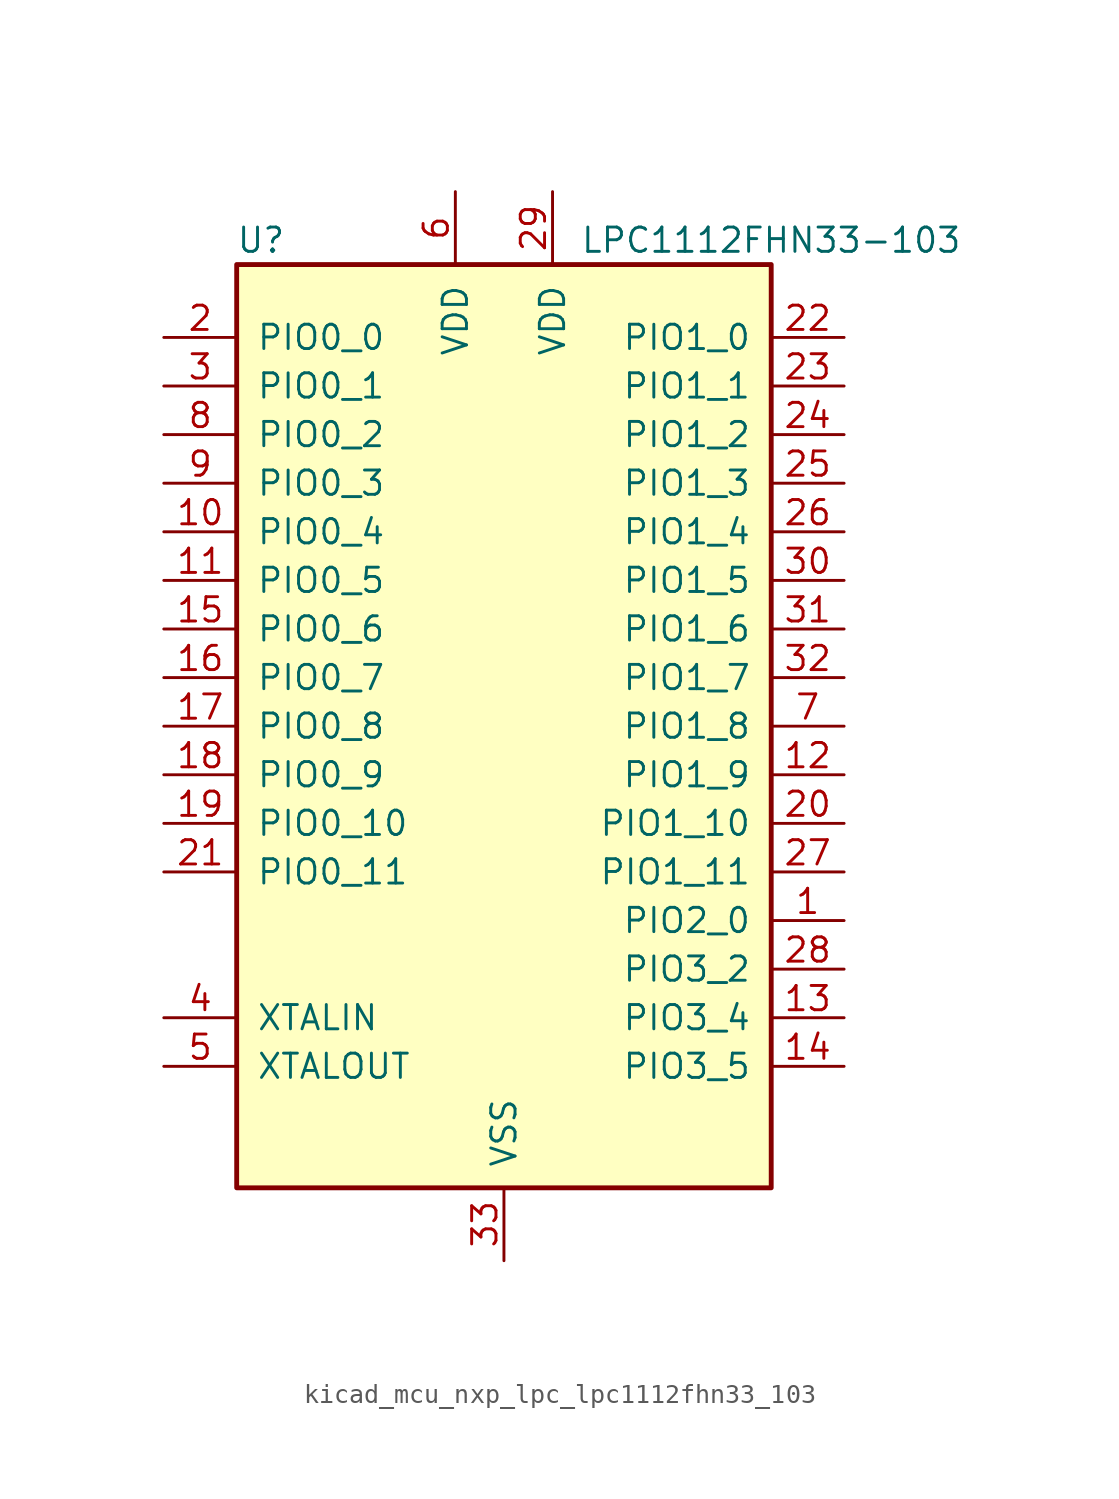
<source format=kicad_sym>
(kicad_symbol_lib
  (version 20220914)
  (generator kicad_symbol_editor)
  (symbol "kicad_mcu_nxp_lpc_lpc1112fhn33_103"
    (pin_names
      (offset 1.016))
    (property "Reference" "U"
      (at -12.7 25.4 0)
      (effects (font (size 1.27 1.27))))
    (property "Value" "LPC1112FHN33-103"
      (at 13.97 25.4 0)
      (effects (font (size 1.27 1.27))))
    (symbol "kicad_mcu_nxp_lpc_lpc1112fhn33_103_0_1"
      (rectangle (start -13.97 24.13) (end 13.97 -24.13) (stroke (width 0.254) (type default)) (fill (type background))))
    (symbol "kicad_mcu_nxp_lpc_lpc1112fhn33_103_1_1"
      (pin bidirectional line (at 17.78 -10.16 180) (length 3.81) (name "PIO2_0" (effects (font (size 1.27 1.27)))) (number "1" (effects (font (size 1.27 1.27)))))
      (pin bidirectional line (at -17.78 10.16 0) (length 3.81) (name "PIO0_4" (effects (font (size 1.27 1.27)))) (number "10" (effects (font (size 1.27 1.27)))))
      (pin bidirectional line (at -17.78 7.62 0) (length 3.81) (name "PIO0_5" (effects (font (size 1.27 1.27)))) (number "11" (effects (font (size 1.27 1.27)))))
      (pin bidirectional line (at 17.78 -2.54 180) (length 3.81) (name "PIO1_9" (effects (font (size 1.27 1.27)))) (number "12" (effects (font (size 1.27 1.27)))))
      (pin bidirectional line (at 17.78 -15.24 180) (length 3.81) (name "PIO3_4" (effects (font (size 1.27 1.27)))) (number "13" (effects (font (size 1.27 1.27)))))
      (pin bidirectional line (at 17.78 -17.78 180) (length 3.81) (name "PIO3_5" (effects (font (size 1.27 1.27)))) (number "14" (effects (font (size 1.27 1.27)))))
      (pin bidirectional line (at -17.78 5.08 0) (length 3.81) (name "PIO0_6" (effects (font (size 1.27 1.27)))) (number "15" (effects (font (size 1.27 1.27)))))
      (pin bidirectional line (at -17.78 2.54 0) (length 3.81) (name "PIO0_7" (effects (font (size 1.27 1.27)))) (number "16" (effects (font (size 1.27 1.27)))))
      (pin bidirectional line (at -17.78 0 0) (length 3.81) (name "PIO0_8" (effects (font (size 1.27 1.27)))) (number "17" (effects (font (size 1.27 1.27)))))
      (pin bidirectional line (at -17.78 -2.54 0) (length 3.81) (name "PIO0_9" (effects (font (size 1.27 1.27)))) (number "18" (effects (font (size 1.27 1.27)))))
      (pin bidirectional line (at -17.78 -5.08 0) (length 3.81) (name "PIO0_10" (effects (font (size 1.27 1.27)))) (number "19" (effects (font (size 1.27 1.27)))))
      (pin bidirectional line (at -17.78 20.32 0) (length 3.81) (name "PIO0_0" (effects (font (size 1.27 1.27)))) (number "2" (effects (font (size 1.27 1.27)))))
      (pin bidirectional line (at 17.78 -5.08 180) (length 3.81) (name "PIO1_10" (effects (font (size 1.27 1.27)))) (number "20" (effects (font (size 1.27 1.27)))))
      (pin bidirectional line (at -17.78 -7.62 0) (length 3.81) (name "PIO0_11" (effects (font (size 1.27 1.27)))) (number "21" (effects (font (size 1.27 1.27)))))
      (pin bidirectional line (at 17.78 20.32 180) (length 3.81) (name "PIO1_0" (effects (font (size 1.27 1.27)))) (number "22" (effects (font (size 1.27 1.27)))))
      (pin bidirectional line (at 17.78 17.78 180) (length 3.81) (name "PIO1_1" (effects (font (size 1.27 1.27)))) (number "23" (effects (font (size 1.27 1.27)))))
      (pin bidirectional line (at 17.78 15.24 180) (length 3.81) (name "PIO1_2" (effects (font (size 1.27 1.27)))) (number "24" (effects (font (size 1.27 1.27)))))
      (pin bidirectional line (at 17.78 12.7 180) (length 3.81) (name "PIO1_3" (effects (font (size 1.27 1.27)))) (number "25" (effects (font (size 1.27 1.27)))))
      (pin bidirectional line (at 17.78 10.16 180) (length 3.81) (name "PIO1_4" (effects (font (size 1.27 1.27)))) (number "26" (effects (font (size 1.27 1.27)))))
      (pin bidirectional line (at 17.78 -7.62 180) (length 3.81) (name "PIO1_11" (effects (font (size 1.27 1.27)))) (number "27" (effects (font (size 1.27 1.27)))))
      (pin bidirectional line (at 17.78 -12.7 180) (length 3.81) (name "PIO3_2" (effects (font (size 1.27 1.27)))) (number "28" (effects (font (size 1.27 1.27)))))
      (pin power_in line (at 2.54 27.94 270) (length 3.81) (name "VDD" (effects (font (size 1.27 1.27)))) (number "29" (effects (font (size 1.27 1.27)))))
      (pin bidirectional line (at -17.78 17.78 0) (length 3.81) (name "PIO0_1" (effects (font (size 1.27 1.27)))) (number "3" (effects (font (size 1.27 1.27)))))
      (pin bidirectional line (at 17.78 7.62 180) (length 3.81) (name "PIO1_5" (effects (font (size 1.27 1.27)))) (number "30" (effects (font (size 1.27 1.27)))))
      (pin bidirectional line (at 17.78 5.08 180) (length 3.81) (name "PIO1_6" (effects (font (size 1.27 1.27)))) (number "31" (effects (font (size 1.27 1.27)))))
      (pin bidirectional line (at 17.78 2.54 180) (length 3.81) (name "PIO1_7" (effects (font (size 1.27 1.27)))) (number "32" (effects (font (size 1.27 1.27)))))
      (pin power_in line (at 0 -27.94 90) (length 3.81) (name "VSS" (effects (font (size 1.27 1.27)))) (number "33" (effects (font (size 1.27 1.27)))))
      (pin input line (at -17.78 -15.24 0) (length 3.81) (name "XTALIN" (effects (font (size 1.27 1.27)))) (number "4" (effects (font (size 1.27 1.27)))))
      (pin output line (at -17.78 -17.78 0) (length 3.81) (name "XTALOUT" (effects (font (size 1.27 1.27)))) (number "5" (effects (font (size 1.27 1.27)))))
      (pin power_in line (at -2.54 27.94 270) (length 3.81) (name "VDD" (effects (font (size 1.27 1.27)))) (number "6" (effects (font (size 1.27 1.27)))))
      (pin bidirectional line (at 17.78 0 180) (length 3.81) (name "PIO1_8" (effects (font (size 1.27 1.27)))) (number "7" (effects (font (size 1.27 1.27)))))
      (pin bidirectional line (at -17.78 15.24 0) (length 3.81) (name "PIO0_2" (effects (font (size 1.27 1.27)))) (number "8" (effects (font (size 1.27 1.27)))))
      (pin bidirectional line (at -17.78 12.7 0) (length 3.81) (name "PIO0_3" (effects (font (size 1.27 1.27)))) (number "9" (effects (font (size 1.27 1.27))))))))
</source>
